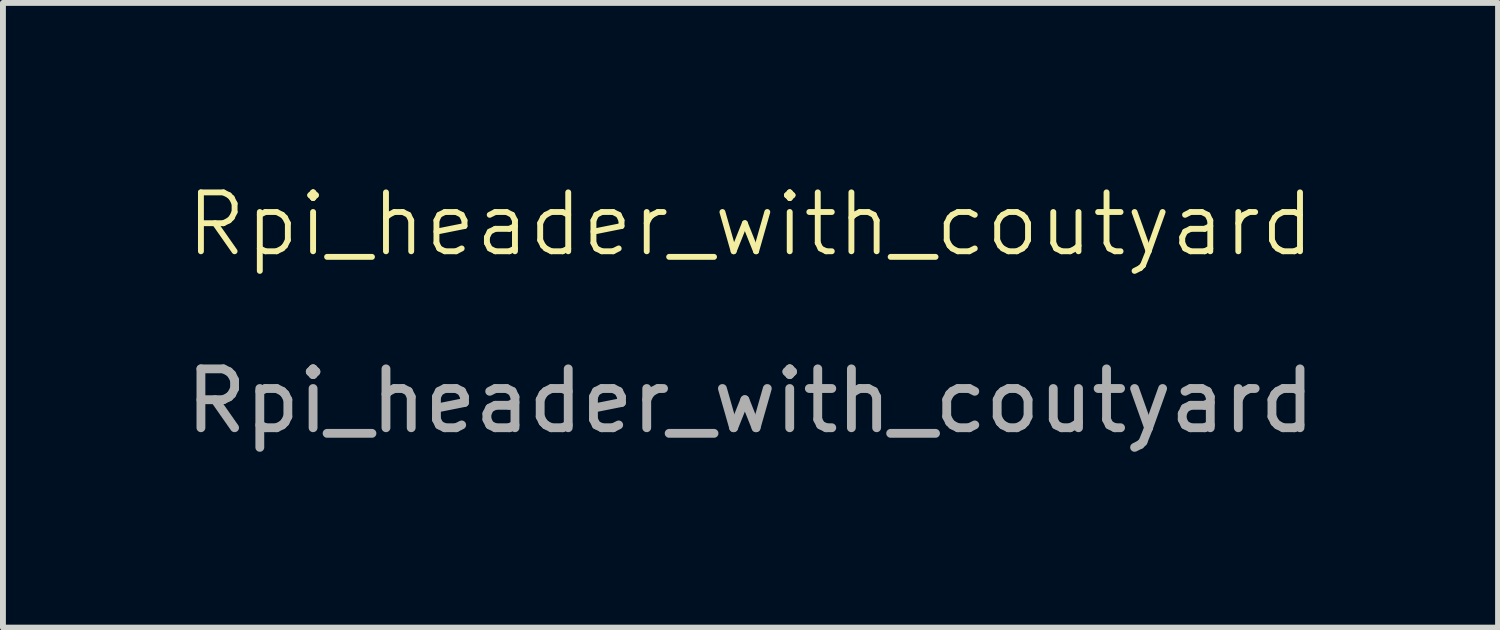
<source format=kicad_pcb>
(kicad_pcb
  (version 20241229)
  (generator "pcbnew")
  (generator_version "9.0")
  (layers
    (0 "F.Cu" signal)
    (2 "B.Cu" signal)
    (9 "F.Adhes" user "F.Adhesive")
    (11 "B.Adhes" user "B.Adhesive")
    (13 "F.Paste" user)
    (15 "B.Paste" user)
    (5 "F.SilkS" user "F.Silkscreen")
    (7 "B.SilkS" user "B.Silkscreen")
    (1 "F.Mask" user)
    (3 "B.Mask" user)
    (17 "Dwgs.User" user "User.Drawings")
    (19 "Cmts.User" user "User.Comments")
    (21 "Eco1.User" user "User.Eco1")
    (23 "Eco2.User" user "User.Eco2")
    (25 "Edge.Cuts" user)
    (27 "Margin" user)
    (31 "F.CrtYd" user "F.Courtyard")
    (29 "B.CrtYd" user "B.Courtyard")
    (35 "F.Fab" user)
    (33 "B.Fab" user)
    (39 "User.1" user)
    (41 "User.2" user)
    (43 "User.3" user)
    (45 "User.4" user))
  (footprint "Rpi_header_with_coutyard"
    (layer "F.Cu")
    (at 9.696 1.26)
    (property "Reference" "Rpi_header_with_coutyard" (at 0 -0.5 0) (unlocked yes) (layer "F.SilkS") (effects (font (size 1 1) (thickness 0.1))))
    (attr through_hole)
    (fp_text user "${REFERENCE}" (at 0 2.5 0) (unlocked yes) (layer "F.Fab") (effects (font (size 1 1) (thickness 0.15)))))
  (gr_rect
    (start -3 -3)
    (end 22.393 7.609)
    (stroke (width 0.1) (type default))
    (fill no)
    (layer "Edge.Cuts")))
</source>
